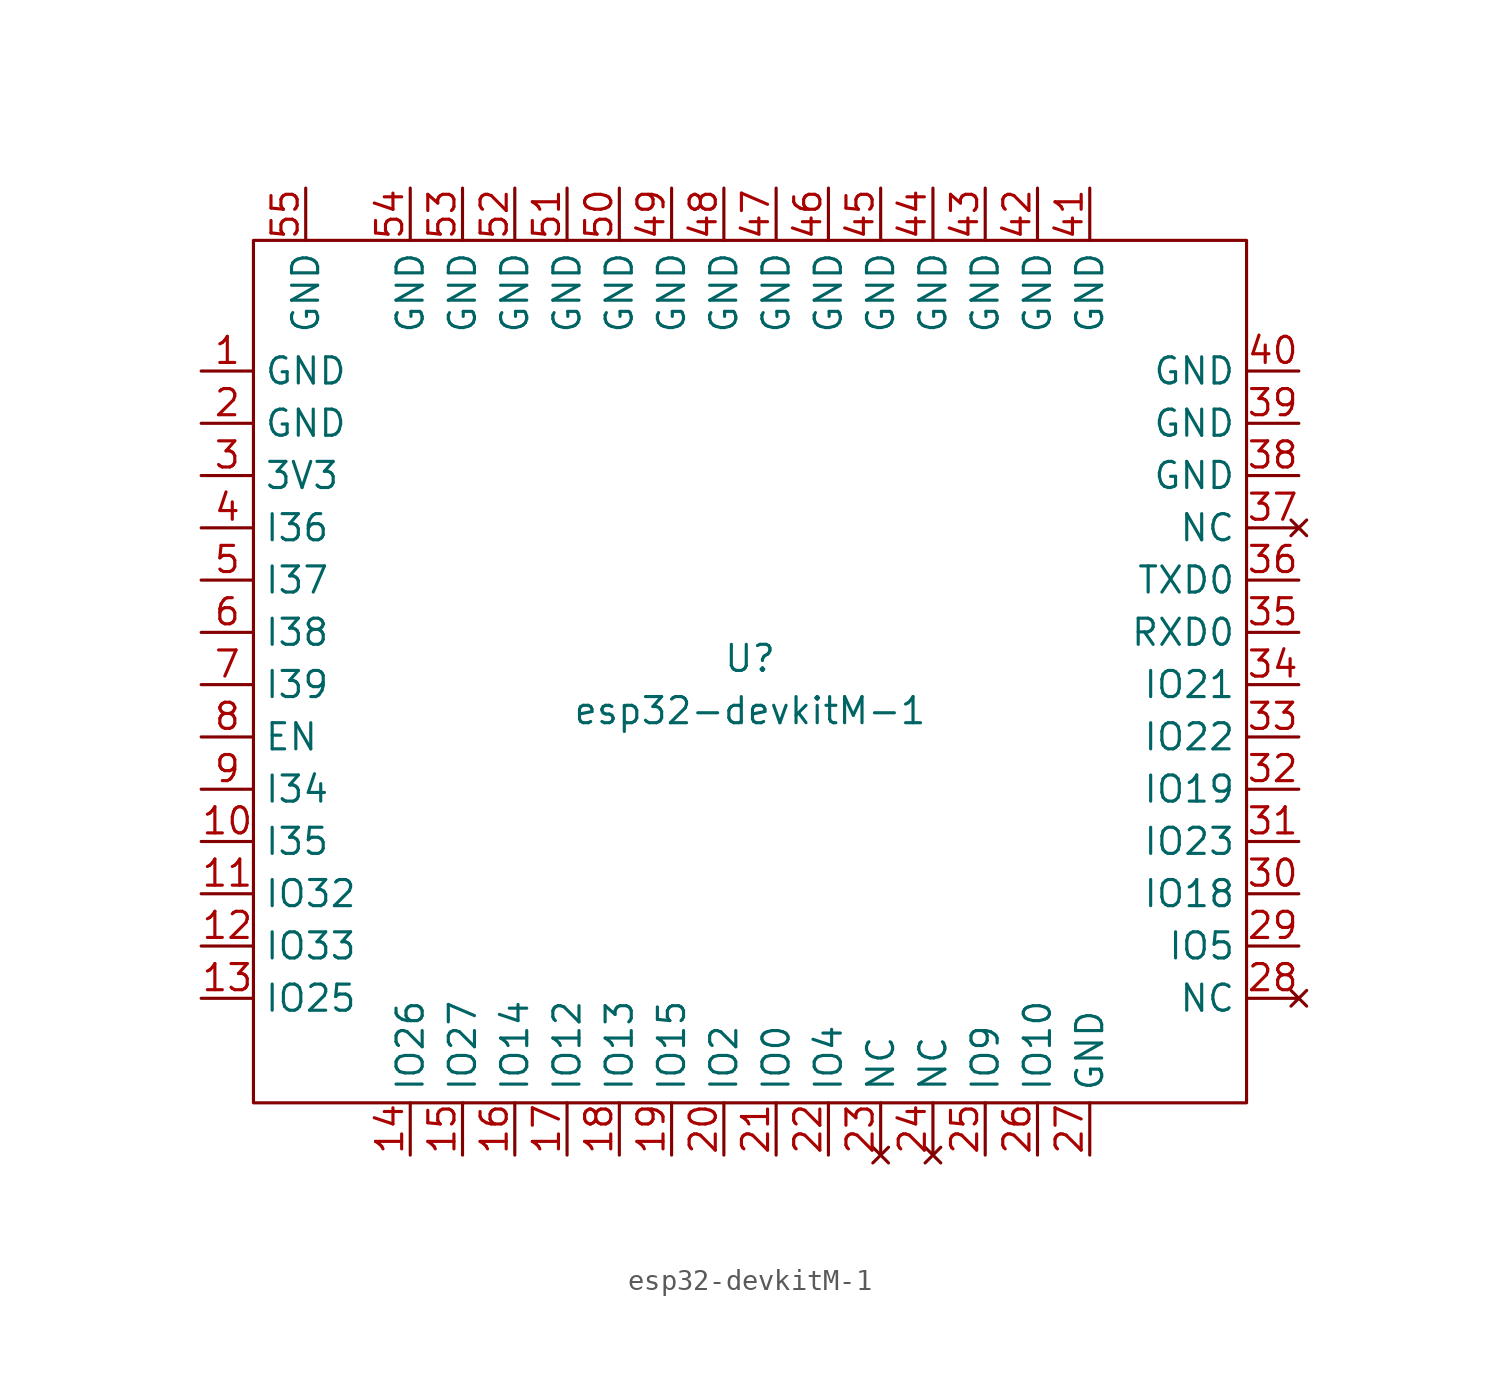
<source format=kicad_sym>
(kicad_symbol_lib
  (version 20211014)
  (generator kicad_symbol_editor)
  (symbol "esp32-devkitM-1"
    (property "Reference" "U"
      (at 0 1.27 0)
      (effects (font (size 1.27 1.27))))
    (property "Value" "esp32-devkitM-1"
      (at 0 -1.27 0)
      (effects (font (size 1.27 1.27))))
    (symbol "esp32-devkitM-1_0_1"
      (rectangle (start -24.13 21.59) (end 24.13 -20.32) (stroke (width 0) (type default) (color 0 0 0 0)) (fill (type none))))
    (symbol "esp32-devkitM-1_1_1"
      (pin output line (at -26.67 15.24 0) (length 2.54) (name "GND" (effects (font (size 1.27 1.27)))) (number "1" (effects (font (size 1.27 1.27)))))
      (pin input line (at -26.67 -7.62 0) (length 2.54) (name "I35" (effects (font (size 1.27 1.27)))) (number "10" (effects (font (size 1.27 1.27)))))
      (pin bidirectional line (at -26.67 -10.16 0) (length 2.54) (name "IO32" (effects (font (size 1.27 1.27)))) (number "11" (effects (font (size 1.27 1.27)))))
      (pin bidirectional line (at -26.67 -12.7 0) (length 2.54) (name "IO33" (effects (font (size 1.27 1.27)))) (number "12" (effects (font (size 1.27 1.27)))))
      (pin bidirectional line (at -26.67 -15.24 0) (length 2.54) (name "IO25" (effects (font (size 1.27 1.27)))) (number "13" (effects (font (size 1.27 1.27)))))
      (pin bidirectional line (at -16.51 -22.86 90) (length 2.54) (name "IO26" (effects (font (size 1.27 1.27)))) (number "14" (effects (font (size 1.27 1.27)))))
      (pin bidirectional line (at -13.97 -22.86 90) (length 2.54) (name "IO27" (effects (font (size 1.27 1.27)))) (number "15" (effects (font (size 1.27 1.27)))))
      (pin bidirectional line (at -11.43 -22.86 90) (length 2.54) (name "IO14" (effects (font (size 1.27 1.27)))) (number "16" (effects (font (size 1.27 1.27)))))
      (pin bidirectional line (at -8.89 -22.86 90) (length 2.54) (name "IO12" (effects (font (size 1.27 1.27)))) (number "17" (effects (font (size 1.27 1.27)))))
      (pin bidirectional line (at -6.35 -22.86 90) (length 2.54) (name "IO13" (effects (font (size 1.27 1.27)))) (number "18" (effects (font (size 1.27 1.27)))))
      (pin bidirectional line (at -3.81 -22.86 90) (length 2.54) (name "IO15" (effects (font (size 1.27 1.27)))) (number "19" (effects (font (size 1.27 1.27)))))
      (pin output line (at -26.67 12.7 0) (length 2.54) (name "GND" (effects (font (size 1.27 1.27)))) (number "2" (effects (font (size 1.27 1.27)))))
      (pin bidirectional line (at -1.27 -22.86 90) (length 2.54) (name "IO2" (effects (font (size 1.27 1.27)))) (number "20" (effects (font (size 1.27 1.27)))))
      (pin bidirectional line (at 1.27 -22.86 90) (length 2.54) (name "IO0" (effects (font (size 1.27 1.27)))) (number "21" (effects (font (size 1.27 1.27)))))
      (pin bidirectional line (at 3.81 -22.86 90) (length 2.54) (name "IO4" (effects (font (size 1.27 1.27)))) (number "22" (effects (font (size 1.27 1.27)))))
      (pin no_connect line (at 6.35 -22.86 90) (length 2.54) (name "NC" (effects (font (size 1.27 1.27)))) (number "23" (effects (font (size 1.27 1.27)))))
      (pin no_connect line (at 8.89 -22.86 90) (length 2.54) (name "NC" (effects (font (size 1.27 1.27)))) (number "24" (effects (font (size 1.27 1.27)))))
      (pin bidirectional line (at 11.43 -22.86 90) (length 2.54) (name "IO9" (effects (font (size 1.27 1.27)))) (number "25" (effects (font (size 1.27 1.27)))))
      (pin bidirectional line (at 13.97 -22.86 90) (length 2.54) (name "IO10" (effects (font (size 1.27 1.27)))) (number "26" (effects (font (size 1.27 1.27)))))
      (pin output line (at 16.51 -22.86 90) (length 2.54) (name "GND" (effects (font (size 1.27 1.27)))) (number "27" (effects (font (size 1.27 1.27)))))
      (pin no_connect line (at 26.67 -15.24 180) (length 2.54) (name "NC" (effects (font (size 1.27 1.27)))) (number "28" (effects (font (size 1.27 1.27)))))
      (pin bidirectional line (at 26.67 -12.7 180) (length 2.54) (name "IO5" (effects (font (size 1.27 1.27)))) (number "29" (effects (font (size 1.27 1.27)))))
      (pin power_in line (at -26.67 10.16 0) (length 2.54) (name "3V3" (effects (font (size 1.27 1.27)))) (number "3" (effects (font (size 1.27 1.27)))))
      (pin bidirectional line (at 26.67 -10.16 180) (length 2.54) (name "IO18" (effects (font (size 1.27 1.27)))) (number "30" (effects (font (size 1.27 1.27)))))
      (pin bidirectional line (at 26.67 -7.62 180) (length 2.54) (name "IO23" (effects (font (size 1.27 1.27)))) (number "31" (effects (font (size 1.27 1.27)))))
      (pin bidirectional line (at 26.67 -5.08 180) (length 2.54) (name "IO19" (effects (font (size 1.27 1.27)))) (number "32" (effects (font (size 1.27 1.27)))))
      (pin bidirectional line (at 26.67 -2.54 180) (length 2.54) (name "IO22" (effects (font (size 1.27 1.27)))) (number "33" (effects (font (size 1.27 1.27)))))
      (pin bidirectional line (at 26.67 0 180) (length 2.54) (name "IO21" (effects (font (size 1.27 1.27)))) (number "34" (effects (font (size 1.27 1.27)))))
      (pin bidirectional line (at 26.67 2.54 180) (length 2.54) (name "RXD0" (effects (font (size 1.27 1.27)))) (number "35" (effects (font (size 1.27 1.27)))))
      (pin bidirectional line (at 26.67 5.08 180) (length 2.54) (name "TXD0" (effects (font (size 1.27 1.27)))) (number "36" (effects (font (size 1.27 1.27)))))
      (pin no_connect line (at 26.67 7.62 180) (length 2.54) (name "NC" (effects (font (size 1.27 1.27)))) (number "37" (effects (font (size 1.27 1.27)))))
      (pin output line (at 26.67 10.16 180) (length 2.54) (name "GND" (effects (font (size 1.27 1.27)))) (number "38" (effects (font (size 1.27 1.27)))))
      (pin output line (at 26.67 12.7 180) (length 2.54) (name "GND" (effects (font (size 1.27 1.27)))) (number "39" (effects (font (size 1.27 1.27)))))
      (pin input line (at -26.67 7.62 0) (length 2.54) (name "I36" (effects (font (size 1.27 1.27)))) (number "4" (effects (font (size 1.27 1.27)))))
      (pin output line (at 26.67 15.24 180) (length 2.54) (name "GND" (effects (font (size 1.27 1.27)))) (number "40" (effects (font (size 1.27 1.27)))))
      (pin output line (at 16.51 24.13 270) (length 2.54) (name "GND" (effects (font (size 1.27 1.27)))) (number "41" (effects (font (size 1.27 1.27)))))
      (pin output line (at 13.97 24.13 270) (length 2.54) (name "GND" (effects (font (size 1.27 1.27)))) (number "42" (effects (font (size 1.27 1.27)))))
      (pin output line (at 11.43 24.13 270) (length 2.54) (name "GND" (effects (font (size 1.27 1.27)))) (number "43" (effects (font (size 1.27 1.27)))))
      (pin output line (at 8.89 24.13 270) (length 2.54) (name "GND" (effects (font (size 1.27 1.27)))) (number "44" (effects (font (size 1.27 1.27)))))
      (pin output line (at 6.35 24.13 270) (length 2.54) (name "GND" (effects (font (size 1.27 1.27)))) (number "45" (effects (font (size 1.27 1.27)))))
      (pin output line (at 3.81 24.13 270) (length 2.54) (name "GND" (effects (font (size 1.27 1.27)))) (number "46" (effects (font (size 1.27 1.27)))))
      (pin output line (at 1.27 24.13 270) (length 2.54) (name "GND" (effects (font (size 1.27 1.27)))) (number "47" (effects (font (size 1.27 1.27)))))
      (pin output line (at -1.27 24.13 270) (length 2.54) (name "GND" (effects (font (size 1.27 1.27)))) (number "48" (effects (font (size 1.27 1.27)))))
      (pin output line (at -3.81 24.13 270) (length 2.54) (name "GND" (effects (font (size 1.27 1.27)))) (number "49" (effects (font (size 1.27 1.27)))))
      (pin input line (at -26.67 5.08 0) (length 2.54) (name "I37" (effects (font (size 1.27 1.27)))) (number "5" (effects (font (size 1.27 1.27)))))
      (pin output line (at -6.35 24.13 270) (length 2.54) (name "GND" (effects (font (size 1.27 1.27)))) (number "50" (effects (font (size 1.27 1.27)))))
      (pin output line (at -8.89 24.13 270) (length 2.54) (name "GND" (effects (font (size 1.27 1.27)))) (number "51" (effects (font (size 1.27 1.27)))))
      (pin output line (at -11.43 24.13 270) (length 2.54) (name "GND" (effects (font (size 1.27 1.27)))) (number "52" (effects (font (size 1.27 1.27)))))
      (pin output line (at -13.97 24.13 270) (length 2.54) (name "GND" (effects (font (size 1.27 1.27)))) (number "53" (effects (font (size 1.27 1.27)))))
      (pin output line (at -16.51 24.13 270) (length 2.54) (name "GND" (effects (font (size 1.27 1.27)))) (number "54" (effects (font (size 1.27 1.27)))))
      (pin output line (at -21.59 24.13 270) (length 2.54) (name "GND" (effects (font (size 1.27 1.27)))) (number "55" (effects (font (size 1.27 1.27)))))
      (pin input line (at -26.67 2.54 0) (length 2.54) (name "I38" (effects (font (size 1.27 1.27)))) (number "6" (effects (font (size 1.27 1.27)))))
      (pin input line (at -26.67 0 0) (length 2.54) (name "I39" (effects (font (size 1.27 1.27)))) (number "7" (effects (font (size 1.27 1.27)))))
      (pin input line (at -26.67 -2.54 0) (length 2.54) (name "EN" (effects (font (size 1.27 1.27)))) (number "8" (effects (font (size 1.27 1.27)))))
      (pin input line (at -26.67 -5.08 0) (length 2.54) (name "I34" (effects (font (size 1.27 1.27)))) (number "9" (effects (font (size 1.27 1.27))))))))
</source>
